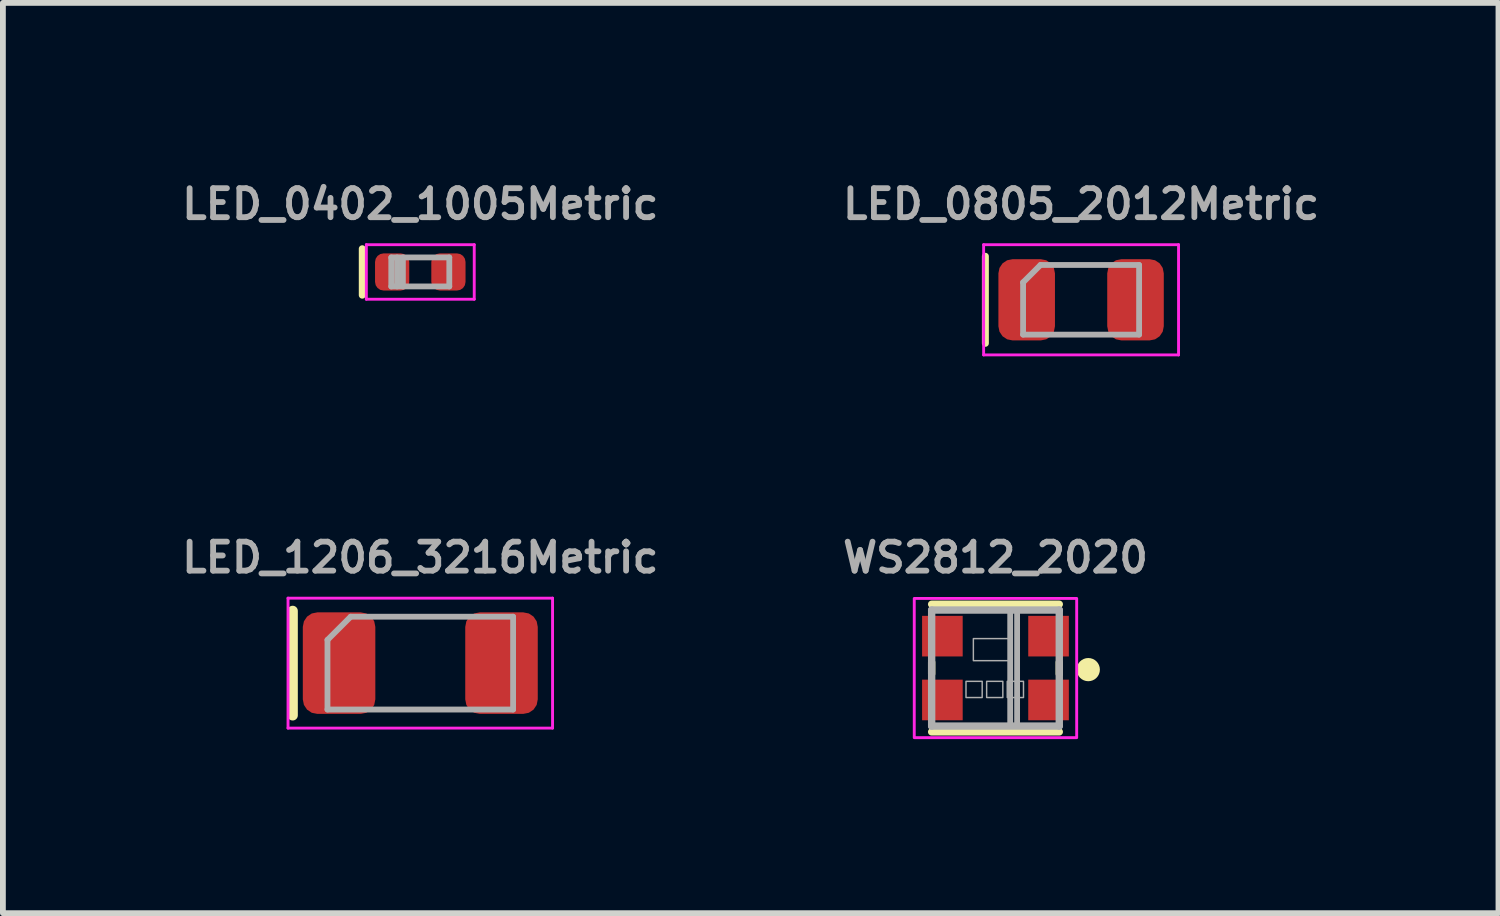
<source format=kicad_pcb>
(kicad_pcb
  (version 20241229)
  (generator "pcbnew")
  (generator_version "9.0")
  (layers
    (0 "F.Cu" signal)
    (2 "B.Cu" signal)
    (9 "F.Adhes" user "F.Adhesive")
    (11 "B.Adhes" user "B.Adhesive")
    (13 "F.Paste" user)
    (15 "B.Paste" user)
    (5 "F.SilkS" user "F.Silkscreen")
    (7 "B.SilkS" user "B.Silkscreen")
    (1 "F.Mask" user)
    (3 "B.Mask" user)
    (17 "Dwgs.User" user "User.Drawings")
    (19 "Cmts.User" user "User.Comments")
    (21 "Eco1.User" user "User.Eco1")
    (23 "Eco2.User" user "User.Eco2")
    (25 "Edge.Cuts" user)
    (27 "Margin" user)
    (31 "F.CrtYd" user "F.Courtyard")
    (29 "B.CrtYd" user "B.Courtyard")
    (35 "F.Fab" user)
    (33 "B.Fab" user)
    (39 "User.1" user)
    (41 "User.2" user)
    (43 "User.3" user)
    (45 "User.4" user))
  (footprint "LED_1206_3216Metric"
    (layer "F.Cu")
    (at 4.195 8.381)
    (property "Reference" "LED_1206_3216Metric" (at 0 -1.82 0) (layer "F.Fab") (effects (font (size 0.5 0.5) (thickness 0.1))))
    (attr smd)
    (fp_line (start -2.2 -0.9) (end -2.2 0.9) (stroke (width 0.178) (type solid)) (layer "F.SilkS"))
    (fp_line (start -2.28 -1.12) (end 2.28 -1.12) (stroke (width 0.05) (type solid)) (layer "F.CrtYd"))
    (fp_line (start -2.28 1.12) (end -2.28 -1.12) (stroke (width 0.05) (type solid)) (layer "F.CrtYd"))
    (fp_line (start 2.28 -1.12) (end 2.28 1.12) (stroke (width 0.05) (type solid)) (layer "F.CrtYd"))
    (fp_line (start 2.28 1.12) (end -2.28 1.12) (stroke (width 0.05) (type solid)) (layer "F.CrtYd"))
    (fp_line (start -1.6 -0.4) (end -1.6 0.8) (stroke (width 0.1) (type solid)) (layer "F.Fab"))
    (fp_line (start -1.6 0.8) (end 1.6 0.8) (stroke (width 0.1) (type solid)) (layer "F.Fab"))
    (fp_line (start -1.2 -0.8) (end -1.6 -0.4) (stroke (width 0.1) (type solid)) (layer "F.Fab"))
    (fp_line (start 1.6 -0.8) (end -1.2 -0.8) (stroke (width 0.1) (type solid)) (layer "F.Fab"))
    (fp_line (start 1.6 0.8) (end 1.6 -0.8) (stroke (width 0.1) (type solid)) (layer "F.Fab"))
    (pad "1" smd roundrect (at -1.4 0) (size 1.25 1.75) (layers "F.Cu" "F.Mask" "F.Paste") (roundrect_rratio 0.2))
    (pad "2" smd roundrect (at 1.4 0) (size 1.25 1.75) (layers "F.Cu" "F.Mask" "F.Paste") (roundrect_rratio 0.2)))
  (footprint "LED_0805_2012Metric"
    (layer "F.Cu")
    (at 15.586 2.118)
    (property "Reference" "LED_0805_2012Metric" (at 0 -1.65 0) (layer "F.Fab") (effects (font (size 0.5 0.5) (thickness 0.1))))
    (attr smd)
    (fp_line (start -1.65 -0.75) (end -1.65 0.75) (stroke (width 0.12) (type solid)) (layer "F.SilkS"))
    (fp_line (start -1.68 -0.95) (end 1.68 -0.95) (stroke (width 0.05) (type solid)) (layer "F.CrtYd"))
    (fp_line (start -1.68 0.95) (end -1.68 -0.95) (stroke (width 0.05) (type solid)) (layer "F.CrtYd"))
    (fp_line (start 1.68 -0.95) (end 1.68 0.95) (stroke (width 0.05) (type solid)) (layer "F.CrtYd"))
    (fp_line (start 1.68 0.95) (end -1.68 0.95) (stroke (width 0.05) (type solid)) (layer "F.CrtYd"))
    (fp_line (start -1 -0.3) (end -1 0.6) (stroke (width 0.1) (type solid)) (layer "F.Fab"))
    (fp_line (start -1 0.6) (end 1 0.6) (stroke (width 0.1) (type solid)) (layer "F.Fab"))
    (fp_line (start -0.7 -0.6) (end -1 -0.3) (stroke (width 0.1) (type solid)) (layer "F.Fab"))
    (fp_line (start 1 -0.6) (end -0.7 -0.6) (stroke (width 0.1) (type solid)) (layer "F.Fab"))
    (fp_line (start 1 0.6) (end 1 -0.6) (stroke (width 0.1) (type solid)) (layer "F.Fab"))
    (pad "1" smd roundrect (at -0.938 0) (size 0.975 1.4) (layers "F.Cu" "F.Mask" "F.Paste") (roundrect_rratio 0.25))
    (pad "2" smd roundrect (at 0.938 0) (size 0.975 1.4) (layers "F.Cu" "F.Mask" "F.Paste") (roundrect_rratio 0.25)))
  (footprint "LED_0402_1005Metric"
    (layer "F.Cu")
    (at 4.195 1.638)
    (property "Reference" "LED_0402_1005Metric" (at 0 -1.17 0) (layer "F.Fab") (effects (font (size 0.5 0.5) (thickness 0.1))))
    (attr smd)
    (fp_line (start -1 -0.4) (end -1 0.4) (stroke (width 0.12) (type solid)) (layer "F.SilkS"))
    (fp_line (start -0.93 -0.47) (end 0.93 -0.47) (stroke (width 0.05) (type solid)) (layer "F.CrtYd"))
    (fp_line (start -0.93 0.47) (end -0.93 -0.47) (stroke (width 0.05) (type solid)) (layer "F.CrtYd"))
    (fp_line (start 0.93 -0.47) (end 0.93 0.47) (stroke (width 0.05) (type solid)) (layer "F.CrtYd"))
    (fp_line (start 0.93 0.47) (end -0.93 0.47) (stroke (width 0.05) (type solid)) (layer "F.CrtYd"))
    (fp_line (start -0.5 -0.25) (end 0.5 -0.25) (stroke (width 0.1) (type solid)) (layer "F.Fab"))
    (fp_line (start -0.5 0.25) (end -0.5 -0.25) (stroke (width 0.1) (type solid)) (layer "F.Fab"))
    (fp_line (start -0.4 0.25) (end -0.4 -0.25) (stroke (width 0.1) (type solid)) (layer "F.Fab"))
    (fp_line (start -0.3 0.25) (end -0.3 -0.25) (stroke (width 0.1) (type solid)) (layer "F.Fab"))
    (fp_line (start 0.5 -0.25) (end 0.5 0.25) (stroke (width 0.1) (type solid)) (layer "F.Fab"))
    (fp_line (start 0.5 0.25) (end -0.5 0.25) (stroke (width 0.1) (type solid)) (layer "F.Fab"))
    (pad "1" smd roundrect (at -0.485 0) (size 0.59 0.64) (layers "F.Cu" "F.Mask" "F.Paste") (roundrect_rratio 0.25))
    (pad "2" smd roundrect (at 0.485 0) (size 0.59 0.64) (layers "F.Cu" "F.Mask" "F.Paste") (roundrect_rratio 0.25)))
  (footprint "WS2812_2020"
    (layer "F.Cu")
    (at 14.11 8.466)
    (property "Reference" "WS2812_2020" (at 0 -1.905 0) (layer "F.Fab") (effects (font (size 0.5 0.5) (thickness 0.1) (bold yes))))
    (attr smd)
    (fp_line (start -1.1 -1.1) (end 1.1 -1.1) (stroke (width 0.127) (type solid)) (layer "F.SilkS"))
    (fp_line (start -1.1 0.1) (end -1.1 -0.1) (stroke (width 0.127) (type solid)) (layer "F.SilkS"))
    (fp_line (start 1.1 0.1) (end 1.1 -0.1) (stroke (width 0.127) (type solid)) (layer "F.SilkS"))
    (fp_line (start 1.1 1.1) (end -1.1 1.1) (stroke (width 0.127) (type solid)) (layer "F.SilkS"))
    (fp_circle (center 1.6 0.027) (end 1.6 0.127) (stroke (width 0.2) (type solid)) (fill yes) (layer "F.SilkS"))
    (fp_rect (start 1.4 -1.2) (end -1.4 1.2) (stroke (width 0.05) (type default)) (fill no) (layer "F.CrtYd"))
    (fp_line (start -1.1 -1) (end -1.1 1) (stroke (width 0.127) (type solid)) (layer "F.Fab"))
    (fp_line (start -1.1 1) (end 1.1 1) (stroke (width 0.127) (type solid)) (layer "F.Fab"))
    (fp_line (start 1.1 -1) (end -1.1 -1) (stroke (width 0.127) (type solid)) (layer "F.Fab"))
    (fp_line (start 1.1 1) (end 1.1 -1) (stroke (width 0.127) (type solid)) (layer "F.Fab"))
    (fp_rect (start -0.508 0.229) (end -0.229 0.508) (stroke (width 0.025) (type default)) (fill no) (layer "F.Fab"))
    (fp_rect (start -0.381 -0.508) (end 0.254 -0.127) (stroke (width 0.025) (type default)) (fill no) (layer "F.Fab"))
    (fp_rect (start -0.152 0.229) (end 0.127 0.508) (stroke (width 0.025) (type default)) (fill no) (layer "F.Fab"))
    (fp_rect (start 0.203 0.229) (end 0.483 0.508) (stroke (width 0.025) (type default)) (fill no) (layer "F.Fab"))
    (fp_poly (pts (xy 0.254 1) (xy 0.373 1) (xy 0.373 -1) (xy 0.254 -1)) (stroke (width 0.1) (type default)) (fill no) (layer "F.Fab"))
    (pad "1" smd rect (at 0.915 0.55) (size 0.7 0.7) (layers "F.Cu" "F.Mask" "F.Paste"))
    (pad "2" smd rect (at 0.915 -0.55) (size 0.7 0.7) (layers "F.Cu" "F.Mask" "F.Paste"))
    (pad "3" smd rect (at -0.915 -0.55) (size 0.7 0.7) (layers "F.Cu" "F.Mask" "F.Paste"))
    (pad "4" smd rect (at -0.915 0.55) (size 0.7 0.7) (layers "F.Cu" "F.Mask" "F.Paste")))
  (gr_rect
    (start -3 -3)
    (end 22.781 12.691)
    (stroke (width 0.1) (type default))
    (fill no)
    (layer "Edge.Cuts")))
</source>
